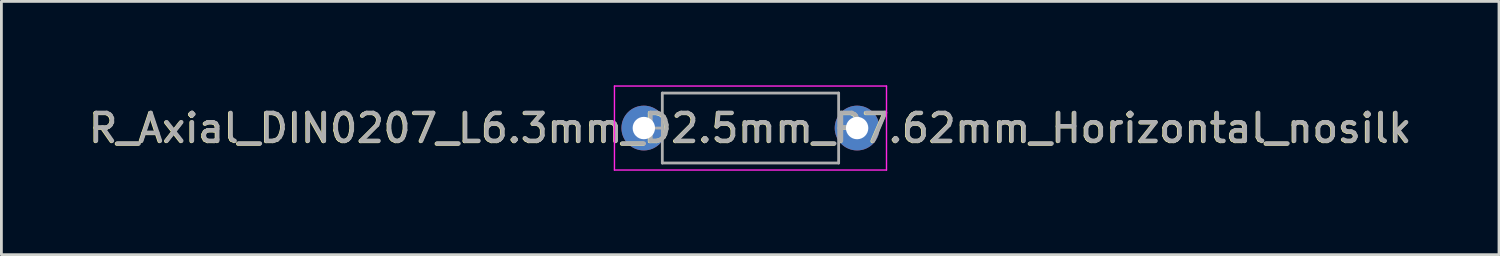
<source format=kicad_pcb>
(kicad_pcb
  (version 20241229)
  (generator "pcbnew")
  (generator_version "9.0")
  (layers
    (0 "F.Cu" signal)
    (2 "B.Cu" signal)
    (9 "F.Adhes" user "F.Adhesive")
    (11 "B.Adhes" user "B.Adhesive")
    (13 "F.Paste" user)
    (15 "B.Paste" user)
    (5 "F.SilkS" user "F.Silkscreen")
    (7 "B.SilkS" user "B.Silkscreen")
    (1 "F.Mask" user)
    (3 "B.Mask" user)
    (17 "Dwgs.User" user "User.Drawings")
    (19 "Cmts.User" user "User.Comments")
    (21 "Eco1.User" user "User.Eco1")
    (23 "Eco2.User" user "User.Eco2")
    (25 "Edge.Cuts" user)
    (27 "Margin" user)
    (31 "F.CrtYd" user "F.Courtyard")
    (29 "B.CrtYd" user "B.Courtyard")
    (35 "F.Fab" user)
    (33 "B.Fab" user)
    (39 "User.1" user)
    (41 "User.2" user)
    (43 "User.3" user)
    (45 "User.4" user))
  (footprint "R_Axial_DIN0207_L6.3mm_D2.5mm_P7.62mm_Horizontal_nosilk"
    (layer "F.Cu")
    (at 19.954 1.525)
    (property "Reference" "R_Axial_DIN0207_L6.3mm_D2.5mm_P7.62mm_Horizontal_nosilk" (at 3.79 0.01 0) (layer "F.SilkS") (effects (font (size 1 1) (thickness 0.15))))
    (attr through_hole)
    (fp_line (start -1.05 -1.5) (end -1.05 1.5) (stroke (width 0.05) (type solid)) (layer "F.CrtYd"))
    (fp_line (start -1.05 1.5) (end 8.67 1.5) (stroke (width 0.05) (type solid)) (layer "F.CrtYd"))
    (fp_line (start 8.67 -1.5) (end -1.05 -1.5) (stroke (width 0.05) (type solid)) (layer "F.CrtYd"))
    (fp_line (start 8.67 1.5) (end 8.67 -1.5) (stroke (width 0.05) (type solid)) (layer "F.CrtYd"))
    (fp_line (start 0 0) (end 0.66 0) (stroke (width 0.1) (type solid)) (layer "F.Fab"))
    (fp_line (start 0.66 -1.25) (end 0.66 1.25) (stroke (width 0.1) (type solid)) (layer "F.Fab"))
    (fp_line (start 0.66 1.25) (end 6.96 1.25) (stroke (width 0.1) (type solid)) (layer "F.Fab"))
    (fp_line (start 6.96 -1.25) (end 0.66 -1.25) (stroke (width 0.1) (type solid)) (layer "F.Fab"))
    (fp_line (start 6.96 1.25) (end 6.96 -1.25) (stroke (width 0.1) (type solid)) (layer "F.Fab"))
    (fp_line (start 7.62 0) (end 6.96 0) (stroke (width 0.1) (type solid)) (layer "F.Fab"))
    (fp_text user "${REFERENCE}" (at 3.81 0 0) (layer "F.Fab") (effects (font (size 1 1) (thickness 0.15))))
    (pad "1" thru_hole circle (at 0 0) (size 1.6 1.6) (drill 0.8) (layers "*.Cu" "*.Mask"))
    (pad "2" thru_hole oval (at 7.62 0) (size 1.6 1.6) (drill 0.8) (layers "*.Cu" "*.Mask")))
  (gr_rect
    (start -3 -3)
    (end 50.508 6.05)
    (stroke (width 0.1) (type default))
    (fill no)
    (layer "Edge.Cuts")))
</source>
